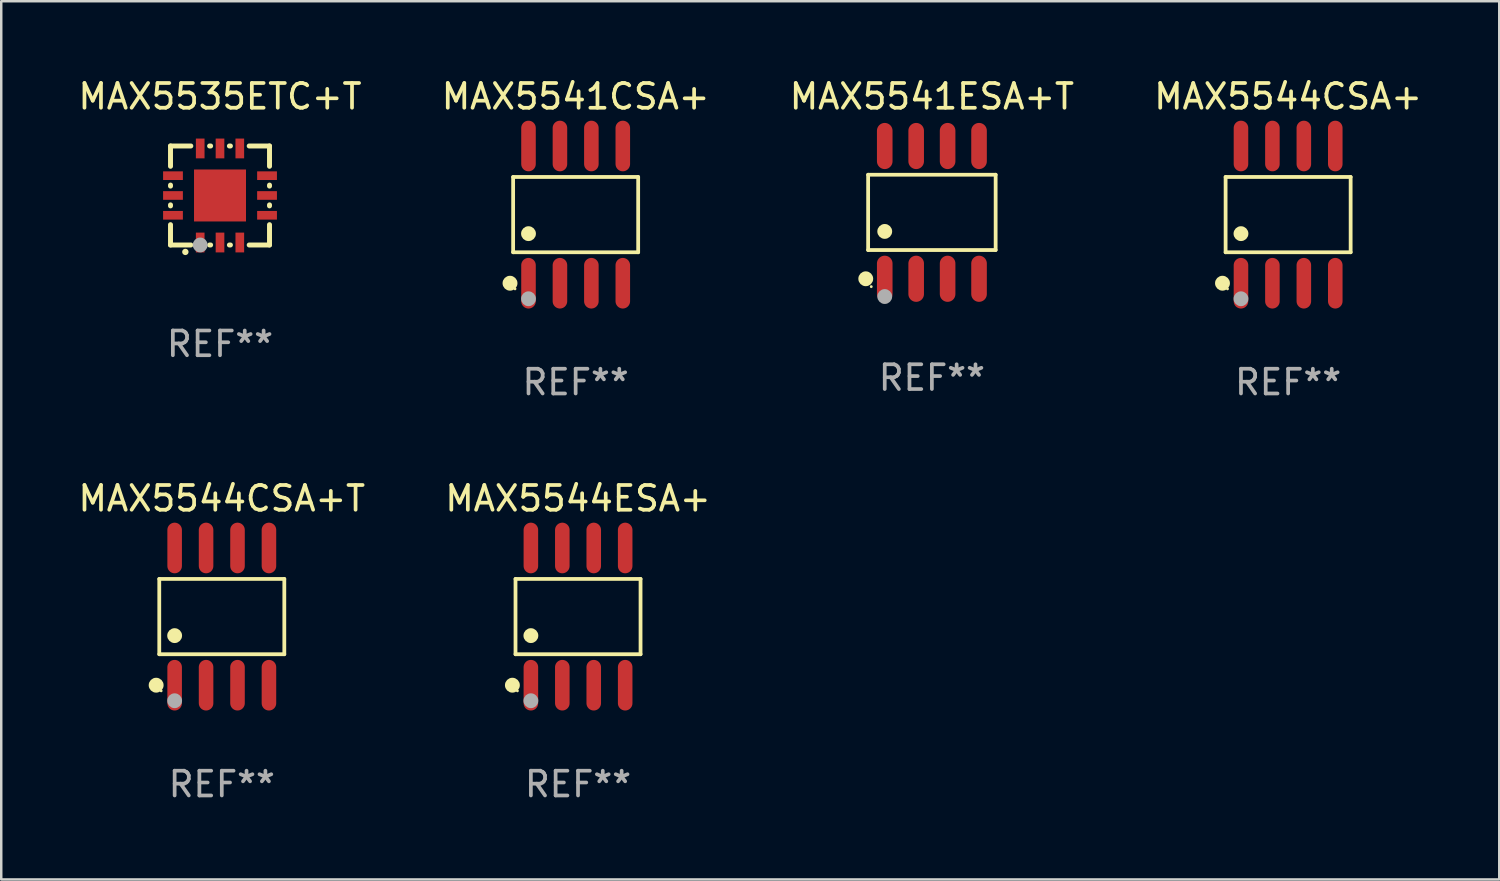
<source format=kicad_pcb>
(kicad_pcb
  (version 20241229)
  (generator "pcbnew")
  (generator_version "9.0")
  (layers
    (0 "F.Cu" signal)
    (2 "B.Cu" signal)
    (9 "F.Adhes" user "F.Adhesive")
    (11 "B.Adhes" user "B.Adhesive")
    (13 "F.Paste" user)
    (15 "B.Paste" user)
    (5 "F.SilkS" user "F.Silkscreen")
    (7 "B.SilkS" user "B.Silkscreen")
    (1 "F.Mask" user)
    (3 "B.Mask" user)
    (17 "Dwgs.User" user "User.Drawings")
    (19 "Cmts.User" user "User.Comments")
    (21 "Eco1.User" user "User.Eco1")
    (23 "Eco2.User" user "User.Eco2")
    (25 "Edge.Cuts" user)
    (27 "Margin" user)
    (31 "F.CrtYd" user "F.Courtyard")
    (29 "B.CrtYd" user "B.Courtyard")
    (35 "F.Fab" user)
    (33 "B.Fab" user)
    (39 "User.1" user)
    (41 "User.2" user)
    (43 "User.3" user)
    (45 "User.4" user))
  (footprint "MAX5541ESA+T"
    (layer "F.Cu")
    (at 34.601 5.531)
    (property "Reference" "MAX5541ESA+T" (at 0 -4.682 0) (layer "F.SilkS") (effects (font (size 1 1) (thickness 0.15))))
    (attr through_hole)
    (fp_line (start -2.576 -1.521) (end 2.576 -1.521) (stroke (width 0.152) (type solid)) (layer "F.SilkS"))
    (fp_line (start -2.576 1.521) (end -2.576 -1.521) (stroke (width 0.152) (type solid)) (layer "F.SilkS"))
    (fp_line (start 2.576 -1.521) (end 2.576 1.521) (stroke (width 0.152) (type solid)) (layer "F.SilkS"))
    (fp_line (start 2.576 1.521) (end -2.576 1.521) (stroke (width 0.152) (type solid)) (layer "F.SilkS"))
    (fp_circle (center -2.672 2.682) (end -2.522 2.682) (stroke (width 0.3) (type solid)) (fill no) (layer "F.SilkS"))
    (fp_circle (center -2.45 3) (end -2.42 3) (stroke (width 0.06) (type solid)) (fill no) (layer "F.SilkS"))
    (fp_circle (center -1.905 0.769) (end -1.755 0.769) (stroke (width 0.3) (type solid)) (fill no) (layer "F.SilkS"))
    (fp_circle (center -1.905 3.4) (end -1.755 3.4) (stroke (width 0.3) (type solid)) (fill no) (layer "F.Fab"))
    (fp_text user "REF**" (at 0 6.682 0) (layer "F.Fab") (effects (font (size 1 1) (thickness 0.15))))
    (pad "1" smd oval (at -1.905 2.682) (size 0.63 1.865) (layers "F.Cu" "F.Mask" "F.Paste"))
    (pad "2" smd oval (at -0.635 2.682) (size 0.63 1.865) (layers "F.Cu" "F.Mask" "F.Paste"))
    (pad "3" smd oval (at 0.635 2.682) (size 0.63 1.865) (layers "F.Cu" "F.Mask" "F.Paste"))
    (pad "4" smd oval (at 1.905 2.682) (size 0.63 1.865) (layers "F.Cu" "F.Mask" "F.Paste"))
    (pad "5" smd oval (at 1.905 -2.682) (size 0.63 1.865) (layers "F.Cu" "F.Mask" "F.Paste"))
    (pad "6" smd oval (at 0.635 -2.682) (size 0.63 1.865) (layers "F.Cu" "F.Mask" "F.Paste"))
    (pad "7" smd oval (at -0.635 -2.682) (size 0.63 1.865) (layers "F.Cu" "F.Mask" "F.Paste"))
    (pad "8" smd oval (at -1.905 -2.682) (size 0.63 1.865) (layers "F.Cu" "F.Mask" "F.Paste")))
  (footprint "MAX5544ESA+"
    (layer "F.Cu")
    (at 20.304 21.862)
    (property "Reference" "MAX5544ESA+" (at 0 -4.772 0) (layer "F.SilkS") (effects (font (size 1 1) (thickness 0.15))))
    (attr through_hole)
    (fp_line (start -2.526 -1.521) (end 2.526 -1.521) (stroke (width 0.152) (type solid)) (layer "F.SilkS"))
    (fp_line (start -2.526 1.521) (end -2.526 -1.521) (stroke (width 0.152) (type solid)) (layer "F.SilkS"))
    (fp_line (start 2.526 -1.521) (end 2.526 1.521) (stroke (width 0.152) (type solid)) (layer "F.SilkS"))
    (fp_line (start 2.526 1.521) (end -2.526 1.521) (stroke (width 0.152) (type solid)) (layer "F.SilkS"))
    (fp_circle (center -2.652 2.772) (end -2.501 2.772) (stroke (width 0.3) (type solid)) (fill no) (layer "F.SilkS"))
    (fp_circle (center -2.45 3) (end -2.42 3) (stroke (width 0.06) (type solid)) (fill no) (layer "F.SilkS"))
    (fp_circle (center -1.905 0.769) (end -1.755 0.769) (stroke (width 0.3) (type solid)) (fill no) (layer "F.SilkS"))
    (fp_circle (center -1.905 3.4) (end -1.755 3.4) (stroke (width 0.3) (type solid)) (fill no) (layer "F.Fab"))
    (fp_text user "REF**" (at 0 6.772 0) (layer "F.Fab") (effects (font (size 1 1) (thickness 0.15))))
    (pad "1" smd oval (at -1.905 2.772) (size 0.588 2.045) (layers "F.Cu" "F.Mask" "F.Paste"))
    (pad "2" smd oval (at -0.635 2.772) (size 0.588 2.045) (layers "F.Cu" "F.Mask" "F.Paste"))
    (pad "3" smd oval (at 0.635 2.772) (size 0.588 2.045) (layers "F.Cu" "F.Mask" "F.Paste"))
    (pad "4" smd oval (at 1.905 2.772) (size 0.588 2.045) (layers "F.Cu" "F.Mask" "F.Paste"))
    (pad "5" smd oval (at 1.905 -2.772) (size 0.588 2.045) (layers "F.Cu" "F.Mask" "F.Paste"))
    (pad "6" smd oval (at 0.635 -2.772) (size 0.588 2.045) (layers "F.Cu" "F.Mask" "F.Paste"))
    (pad "7" smd oval (at -0.635 -2.772) (size 0.588 2.045) (layers "F.Cu" "F.Mask" "F.Paste"))
    (pad "8" smd oval (at -1.905 -2.772) (size 0.588 2.045) (layers "F.Cu" "F.Mask" "F.Paste")))
  (footprint "MAX5544CSA+"
    (layer "F.Cu")
    (at 48.994 5.621)
    (property "Reference" "MAX5544CSA+" (at 0 -4.772 0) (layer "F.SilkS") (effects (font (size 1 1) (thickness 0.15))))
    (attr through_hole)
    (fp_line (start -2.526 -1.521) (end 2.526 -1.521) (stroke (width 0.152) (type solid)) (layer "F.SilkS"))
    (fp_line (start -2.526 1.521) (end -2.526 -1.521) (stroke (width 0.152) (type solid)) (layer "F.SilkS"))
    (fp_line (start 2.526 -1.521) (end 2.526 1.521) (stroke (width 0.152) (type solid)) (layer "F.SilkS"))
    (fp_line (start 2.526 1.521) (end -2.526 1.521) (stroke (width 0.152) (type solid)) (layer "F.SilkS"))
    (fp_circle (center -2.652 2.772) (end -2.501 2.772) (stroke (width 0.3) (type solid)) (fill no) (layer "F.SilkS"))
    (fp_circle (center -2.45 3) (end -2.42 3) (stroke (width 0.06) (type solid)) (fill no) (layer "F.SilkS"))
    (fp_circle (center -1.905 0.769) (end -1.755 0.769) (stroke (width 0.3) (type solid)) (fill no) (layer "F.SilkS"))
    (fp_circle (center -1.905 3.4) (end -1.755 3.4) (stroke (width 0.3) (type solid)) (fill no) (layer "F.Fab"))
    (fp_text user "REF**" (at 0 6.772 0) (layer "F.Fab") (effects (font (size 1 1) (thickness 0.15))))
    (pad "1" smd oval (at -1.905 2.772) (size 0.588 2.045) (layers "F.Cu" "F.Mask" "F.Paste"))
    (pad "2" smd oval (at -0.635 2.772) (size 0.588 2.045) (layers "F.Cu" "F.Mask" "F.Paste"))
    (pad "3" smd oval (at 0.635 2.772) (size 0.588 2.045) (layers "F.Cu" "F.Mask" "F.Paste"))
    (pad "4" smd oval (at 1.905 2.772) (size 0.588 2.045) (layers "F.Cu" "F.Mask" "F.Paste"))
    (pad "5" smd oval (at 1.905 -2.772) (size 0.588 2.045) (layers "F.Cu" "F.Mask" "F.Paste"))
    (pad "6" smd oval (at 0.635 -2.772) (size 0.588 2.045) (layers "F.Cu" "F.Mask" "F.Paste"))
    (pad "7" smd oval (at -0.635 -2.772) (size 0.588 2.045) (layers "F.Cu" "F.Mask" "F.Paste"))
    (pad "8" smd oval (at -1.905 -2.772) (size 0.588 2.045) (layers "F.Cu" "F.Mask" "F.Paste")))
  (footprint "MAX5544CSA+T"
    (layer "F.Cu")
    (at 5.911 21.862)
    (property "Reference" "MAX5544CSA+T" (at 0 -4.772 0) (layer "F.SilkS") (effects (font (size 1 1) (thickness 0.15))))
    (attr through_hole)
    (fp_line (start -2.526 -1.521) (end 2.526 -1.521) (stroke (width 0.152) (type solid)) (layer "F.SilkS"))
    (fp_line (start -2.526 1.521) (end -2.526 -1.521) (stroke (width 0.152) (type solid)) (layer "F.SilkS"))
    (fp_line (start 2.526 -1.521) (end 2.526 1.521) (stroke (width 0.152) (type solid)) (layer "F.SilkS"))
    (fp_line (start 2.526 1.521) (end -2.526 1.521) (stroke (width 0.152) (type solid)) (layer "F.SilkS"))
    (fp_circle (center -2.652 2.772) (end -2.501 2.772) (stroke (width 0.3) (type solid)) (fill no) (layer "F.SilkS"))
    (fp_circle (center -2.45 3) (end -2.42 3) (stroke (width 0.06) (type solid)) (fill no) (layer "F.SilkS"))
    (fp_circle (center -1.905 0.769) (end -1.755 0.769) (stroke (width 0.3) (type solid)) (fill no) (layer "F.SilkS"))
    (fp_circle (center -1.905 3.4) (end -1.755 3.4) (stroke (width 0.3) (type solid)) (fill no) (layer "F.Fab"))
    (fp_text user "REF**" (at 0 6.772 0) (layer "F.Fab") (effects (font (size 1 1) (thickness 0.15))))
    (pad "1" smd oval (at -1.905 2.772) (size 0.588 2.045) (layers "F.Cu" "F.Mask" "F.Paste"))
    (pad "2" smd oval (at -0.635 2.772) (size 0.588 2.045) (layers "F.Cu" "F.Mask" "F.Paste"))
    (pad "3" smd oval (at 0.635 2.772) (size 0.588 2.045) (layers "F.Cu" "F.Mask" "F.Paste"))
    (pad "4" smd oval (at 1.905 2.772) (size 0.588 2.045) (layers "F.Cu" "F.Mask" "F.Paste"))
    (pad "5" smd oval (at 1.905 -2.772) (size 0.588 2.045) (layers "F.Cu" "F.Mask" "F.Paste"))
    (pad "6" smd oval (at 0.635 -2.772) (size 0.588 2.045) (layers "F.Cu" "F.Mask" "F.Paste"))
    (pad "7" smd oval (at -0.635 -2.772) (size 0.588 2.045) (layers "F.Cu" "F.Mask" "F.Paste"))
    (pad "8" smd oval (at -1.905 -2.772) (size 0.588 2.045) (layers "F.Cu" "F.Mask" "F.Paste")))
  (footprint "MAX5541CSA+"
    (layer "F.Cu")
    (at 20.208 5.621)
    (property "Reference" "MAX5541CSA+" (at 0 -4.772 0) (layer "F.SilkS") (effects (font (size 1 1) (thickness 0.15))))
    (attr through_hole)
    (fp_line (start -2.526 -1.521) (end 2.526 -1.521) (stroke (width 0.152) (type solid)) (layer "F.SilkS"))
    (fp_line (start -2.526 1.521) (end -2.526 -1.521) (stroke (width 0.152) (type solid)) (layer "F.SilkS"))
    (fp_line (start 2.526 -1.521) (end 2.526 1.521) (stroke (width 0.152) (type solid)) (layer "F.SilkS"))
    (fp_line (start 2.526 1.521) (end -2.526 1.521) (stroke (width 0.152) (type solid)) (layer "F.SilkS"))
    (fp_circle (center -2.652 2.772) (end -2.501 2.772) (stroke (width 0.3) (type solid)) (fill no) (layer "F.SilkS"))
    (fp_circle (center -2.45 3) (end -2.42 3) (stroke (width 0.06) (type solid)) (fill no) (layer "F.SilkS"))
    (fp_circle (center -1.905 0.769) (end -1.755 0.769) (stroke (width 0.3) (type solid)) (fill no) (layer "F.SilkS"))
    (fp_circle (center -1.905 3.4) (end -1.755 3.4) (stroke (width 0.3) (type solid)) (fill no) (layer "F.Fab"))
    (fp_text user "REF**" (at 0 6.772 0) (layer "F.Fab") (effects (font (size 1 1) (thickness 0.15))))
    (pad "1" smd oval (at -1.905 2.772) (size 0.588 2.045) (layers "F.Cu" "F.Mask" "F.Paste"))
    (pad "2" smd oval (at -0.635 2.772) (size 0.588 2.045) (layers "F.Cu" "F.Mask" "F.Paste"))
    (pad "3" smd oval (at 0.635 2.772) (size 0.588 2.045) (layers "F.Cu" "F.Mask" "F.Paste"))
    (pad "4" smd oval (at 1.905 2.772) (size 0.588 2.045) (layers "F.Cu" "F.Mask" "F.Paste"))
    (pad "5" smd oval (at 1.905 -2.772) (size 0.588 2.045) (layers "F.Cu" "F.Mask" "F.Paste"))
    (pad "6" smd oval (at 0.635 -2.772) (size 0.588 2.045) (layers "F.Cu" "F.Mask" "F.Paste"))
    (pad "7" smd oval (at -0.635 -2.772) (size 0.588 2.045) (layers "F.Cu" "F.Mask" "F.Paste"))
    (pad "8" smd oval (at -1.905 -2.772) (size 0.588 2.045) (layers "F.Cu" "F.Mask" "F.Paste")))
  (footprint "MAX5535ETC+T"
    (layer "F.Cu")
    (at 5.839 4.848)
    (property "Reference" "MAX5535ETC+T" (at 0 -4 0) (layer "F.SilkS") (effects (font (size 1 1) (thickness 0.15))))
    (attr through_hole)
    (fp_line (start -2 -2) (end -1.179 -2) (stroke (width 0.2) (type solid)) (layer "F.SilkS"))
    (fp_line (start -2 -1.179) (end -2 -2) (stroke (width 0.2) (type solid)) (layer "F.SilkS"))
    (fp_line (start -2 -0.379) (end -2 -0.421) (stroke (width 0.2) (type solid)) (layer "F.SilkS"))
    (fp_line (start -2 0.421) (end -2 0.379) (stroke (width 0.2) (type solid)) (layer "F.SilkS"))
    (fp_line (start -2 2) (end -2 1.179) (stroke (width 0.2) (type solid)) (layer "F.SilkS"))
    (fp_line (start -1.179 2) (end -2 2) (stroke (width 0.2) (type solid)) (layer "F.SilkS"))
    (fp_line (start -0.421 -2) (end -0.379 -2) (stroke (width 0.2) (type solid)) (layer "F.SilkS"))
    (fp_line (start -0.379 2) (end -0.421 2) (stroke (width 0.2) (type solid)) (layer "F.SilkS"))
    (fp_line (start 0.379 -2) (end 0.421 -2) (stroke (width 0.2) (type solid)) (layer "F.SilkS"))
    (fp_line (start 0.421 2) (end 0.379 2) (stroke (width 0.2) (type solid)) (layer "F.SilkS"))
    (fp_line (start 1.179 -2) (end 2 -2) (stroke (width 0.2) (type solid)) (layer "F.SilkS"))
    (fp_line (start 2 -2) (end 2 -1.179) (stroke (width 0.2) (type solid)) (layer "F.SilkS"))
    (fp_line (start 2 -0.421) (end 2 -0.379) (stroke (width 0.2) (type solid)) (layer "F.SilkS"))
    (fp_line (start 2 0.379) (end 2 0.421) (stroke (width 0.2) (type solid)) (layer "F.SilkS"))
    (fp_line (start 2 1.179) (end 2 2) (stroke (width 0.2) (type solid)) (layer "F.SilkS"))
    (fp_line (start 2 2) (end 1.179 2) (stroke (width 0.2) (type solid)) (layer "F.SilkS"))
    (fp_arc (start -1.40127 2.28001) (mid -1.4 2.280003) (end -1.39873 2.28001) (stroke (width 0.254001) (type solid)) (layer "F.SilkS"))
    (fp_circle (center -2 2) (end -1.97 2) (stroke (width 0.06) (type solid)) (fill no) (layer "F.SilkS"))
    (fp_circle (center -0.8 2) (end -0.65 2) (stroke (width 0.3) (type solid)) (fill no) (layer "F.Fab"))
    (fp_text user "REF**" (at 0 6 0) (layer "F.Fab") (effects (font (size 1 1) (thickness 0.15))))
    (pad "1" smd rect (at -0.8 1.9 90) (size 0.8 0.35) (layers "F.Cu" "F.Mask" "F.Paste"))
    (pad "2" smd rect (at -0.000127 1.9 90) (size 0.8 0.35) (layers "F.Cu" "F.Mask" "F.Paste"))
    (pad "3" smd rect (at 0.8 1.9 90) (size 0.8 0.35) (layers "F.Cu" "F.Mask" "F.Paste"))
    (pad "4" smd rect (at 1.9 0.8 180) (size 0.8 0.35) (layers "F.Cu" "F.Mask" "F.Paste"))
    (pad "5" smd rect (at 1.9 -0.000127 180) (size 0.8 0.35) (layers "F.Cu" "F.Mask" "F.Paste"))
    (pad "6" smd rect (at 1.9 -0.8 180) (size 0.8 0.35) (layers "F.Cu" "F.Mask" "F.Paste"))
    (pad "7" smd rect (at 0.8 -1.9 270) (size 0.8 0.35) (layers "F.Cu" "F.Mask" "F.Paste"))
    (pad "8" smd rect (at -0.000127 -1.9 270) (size 0.8 0.35) (layers "F.Cu" "F.Mask" "F.Paste"))
    (pad "9" smd rect (at -0.8 -1.9 270) (size 0.8 0.35) (layers "F.Cu" "F.Mask" "F.Paste"))
    (pad "10" smd rect (at -1.9 -0.8) (size 0.8 0.35) (layers "F.Cu" "F.Mask" "F.Paste"))
    (pad "11" smd rect (at -1.9 -0.000127) (size 0.8 0.35) (layers "F.Cu" "F.Mask" "F.Paste"))
    (pad "12" smd rect (at -1.9 0.8) (size 0.8 0.35) (layers "F.Cu" "F.Mask" "F.Paste"))
    (pad "13" smd rect (at -0.000127 -0.000127 90) (size 2.1 2.1) (layers "F.Cu" "F.Mask" "F.Paste")))
  (gr_rect
    (start -3 -3)
    (end 57.524 32.483)
    (stroke (width 0.1) (type default))
    (fill no)
    (layer "Edge.Cuts")))
</source>
